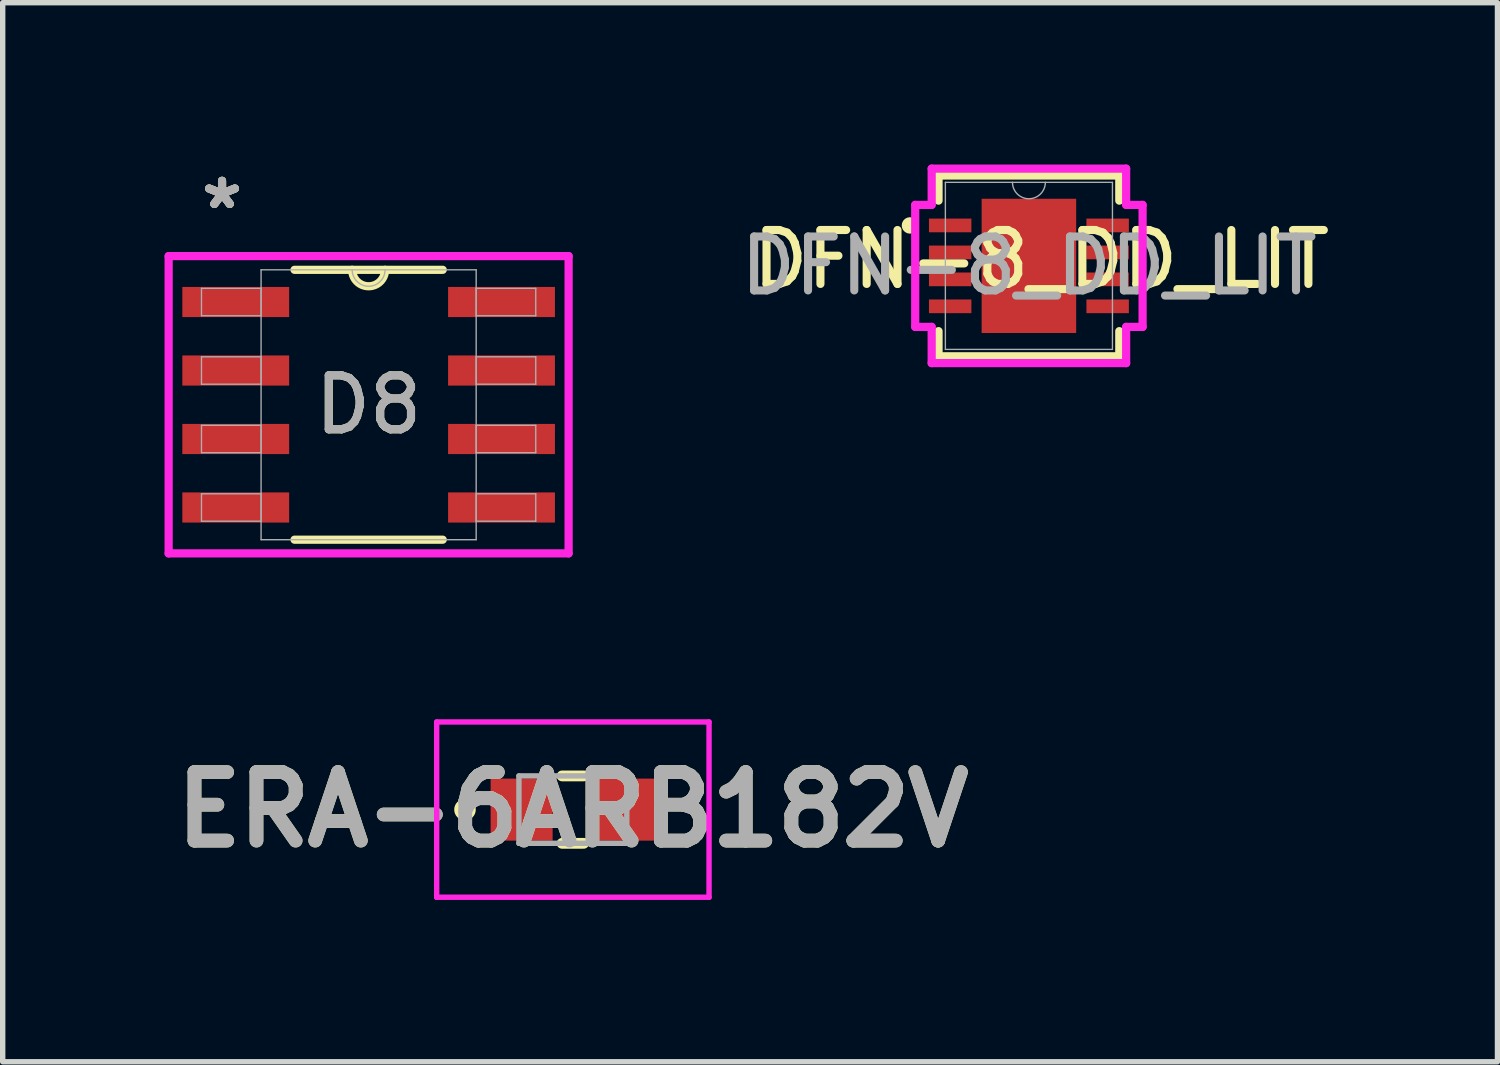
<source format=kicad_pcb>
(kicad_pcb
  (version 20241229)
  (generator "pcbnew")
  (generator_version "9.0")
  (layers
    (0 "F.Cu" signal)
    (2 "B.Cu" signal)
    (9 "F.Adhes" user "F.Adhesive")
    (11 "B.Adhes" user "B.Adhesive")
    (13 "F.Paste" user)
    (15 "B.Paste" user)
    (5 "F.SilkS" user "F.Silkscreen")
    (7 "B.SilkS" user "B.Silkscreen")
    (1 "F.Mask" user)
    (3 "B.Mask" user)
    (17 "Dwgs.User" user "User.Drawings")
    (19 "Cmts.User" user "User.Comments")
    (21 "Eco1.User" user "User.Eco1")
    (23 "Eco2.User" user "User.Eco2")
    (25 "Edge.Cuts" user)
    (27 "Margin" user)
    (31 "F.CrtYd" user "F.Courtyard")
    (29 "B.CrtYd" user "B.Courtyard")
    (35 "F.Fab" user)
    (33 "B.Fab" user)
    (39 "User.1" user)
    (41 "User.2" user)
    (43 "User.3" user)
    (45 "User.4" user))
  (footprint "ERA-6ARB182V"
    (layer "F.Cu")
    (at 7.572 11.962)
    (property "Reference" "ERA-6ARB182V" (at 0 0 0) (layer "F.SilkS") (effects (font (size 1.27 1.27) (thickness 0.254))))
    (attr smd)
    (fp_line (start -2 -0.1) (end -2 -0.1) (stroke (width 0.2) (type solid)) (layer "F.SilkS"))
    (fp_line (start -2 0.1) (end -2 0.1) (stroke (width 0.2) (type solid)) (layer "F.SilkS"))
    (fp_line (start -0.2 -0.625) (end 0.2 -0.625) (stroke (width 0.2) (type solid)) (layer "F.SilkS"))
    (fp_line (start -0.2 0.625) (end 0.2 0.625) (stroke (width 0.2) (type solid)) (layer "F.SilkS"))
    (fp_arc (start -2 -0.1) (mid -1.9 0) (end -2 0.1) (stroke (width 0.2) (type solid)) (layer "F.SilkS"))
    (fp_arc (start -2 0.1) (mid -2.1 0) (end -2 -0.1) (stroke (width 0.2) (type solid)) (layer "F.SilkS"))
    (fp_line (start -2.525 -1.625) (end 2.525 -1.625) (stroke (width 0.1) (type solid)) (layer "F.CrtYd"))
    (fp_line (start -2.525 1.625) (end -2.525 -1.625) (stroke (width 0.1) (type solid)) (layer "F.CrtYd"))
    (fp_line (start 2.525 -1.625) (end 2.525 1.625) (stroke (width 0.1) (type solid)) (layer "F.CrtYd"))
    (fp_line (start 2.525 1.625) (end -2.525 1.625) (stroke (width 0.1) (type solid)) (layer "F.CrtYd"))
    (fp_line (start -1 -0.625) (end 1 -0.625) (stroke (width 0.1) (type solid)) (layer "F.Fab"))
    (fp_line (start -1 0.625) (end -1 -0.625) (stroke (width 0.1) (type solid)) (layer "F.Fab"))
    (fp_line (start 1 -0.625) (end 1 0.625) (stroke (width 0.1) (type solid)) (layer "F.Fab"))
    (fp_line (start 1 0.625) (end -1 0.625) (stroke (width 0.1) (type solid)) (layer "F.Fab"))
    (fp_text user "${REFERENCE}" (at 0 0 0) (layer "F.Fab") (effects (font (size 1.27 1.27) (thickness 0.254))))
    (pad "1" smd rect (at -0.95 0) (size 1.15 1.15) (layers "F.Cu" "F.Mask" "F.Paste"))
    (pad "2" smd rect (at 0.95 0) (size 1.15 1.15) (layers "F.Cu" "F.Mask" "F.Paste")))
  (footprint "DFN-8_DD_LIT"
    (layer "F.Cu")
    (at 16.028 1.88)
    (property "Reference" "DFN-8_DD_LIT" (at 0.23 -0.12 0) (unlocked yes) (layer "F.SilkS") (effects (font (size 1 1) (thickness 0.15))))
    (attr smd)
    (fp_line (start -1.676 -1.676) (end -1.676 -1.21) (stroke (width 0.152) (type solid)) (layer "F.SilkS"))
    (fp_line (start -1.676 1.21) (end -1.676 1.676) (stroke (width 0.152) (type solid)) (layer "F.SilkS"))
    (fp_line (start -1.676 1.676) (end 1.676 1.676) (stroke (width 0.152) (type solid)) (layer "F.SilkS"))
    (fp_line (start 1.676 -1.676) (end -1.676 -1.676) (stroke (width 0.152) (type solid)) (layer "F.SilkS"))
    (fp_line (start 1.676 -1.21) (end 1.676 -1.676) (stroke (width 0.152) (type solid)) (layer "F.SilkS"))
    (fp_line (start 1.676 1.676) (end 1.676 1.21) (stroke (width 0.152) (type solid)) (layer "F.SilkS"))
    (fp_arc (start -2.18694 -0.676171) (mid -2.282 -0.75) (end -2.18694 -0.823829) (stroke (width 0.1524) (type solid)) (layer "F.SilkS"))
    (fp_line (start -2.108 -1.131) (end -1.803 -1.131) (stroke (width 0.152) (type solid)) (layer "F.CrtYd"))
    (fp_line (start -2.108 1.131) (end -2.108 -1.131) (stroke (width 0.152) (type solid)) (layer "F.CrtYd"))
    (fp_line (start -2.108 1.131) (end -1.803 1.131) (stroke (width 0.152) (type solid)) (layer "F.CrtYd"))
    (fp_line (start -1.803 -1.803) (end 1.803 -1.803) (stroke (width 0.152) (type solid)) (layer "F.CrtYd"))
    (fp_line (start -1.803 -1.131) (end -1.803 -1.803) (stroke (width 0.152) (type solid)) (layer "F.CrtYd"))
    (fp_line (start -1.803 1.803) (end -1.803 1.131) (stroke (width 0.152) (type solid)) (layer "F.CrtYd"))
    (fp_line (start 1.803 -1.803) (end 1.803 -1.131) (stroke (width 0.152) (type solid)) (layer "F.CrtYd"))
    (fp_line (start 1.803 1.131) (end 1.803 1.803) (stroke (width 0.152) (type solid)) (layer "F.CrtYd"))
    (fp_line (start 1.803 1.803) (end -1.803 1.803) (stroke (width 0.152) (type solid)) (layer "F.CrtYd"))
    (fp_line (start 2.108 -1.131) (end 1.803 -1.131) (stroke (width 0.152) (type solid)) (layer "F.CrtYd"))
    (fp_line (start 2.108 -1.131) (end 2.108 1.131) (stroke (width 0.152) (type solid)) (layer "F.CrtYd"))
    (fp_line (start 2.108 1.131) (end 1.803 1.131) (stroke (width 0.152) (type solid)) (layer "F.CrtYd"))
    (fp_line (start -1.549 -1.549) (end -1.549 1.549) (stroke (width 0.025) (type solid)) (layer "F.Fab"))
    (fp_line (start -1.549 1.549) (end 1.549 1.549) (stroke (width 0.025) (type solid)) (layer "F.Fab"))
    (fp_line (start 1.549 -1.549) (end -1.549 -1.549) (stroke (width 0.025) (type solid)) (layer "F.Fab"))
    (fp_line (start 1.549 1.549) (end 1.549 -1.549) (stroke (width 0.025) (type solid)) (layer "F.Fab"))
    (fp_arc (start 0.3048 -1.5494) (mid 0 -1.2446) (end -0.3048 -1.5494) (stroke (width 0.0254) (type solid)) (layer "F.Fab"))
    (fp_text user "${REFERENCE}" (at 0 0 0) (unlocked yes) (layer "F.Fab") (effects (font (size 1 1) (thickness 0.15))))
    (pad "1" smd rect (at -1.46 -0.75) (size 0.787 0.254) (layers "F.Cu" "F.Mask" "F.Paste"))
    (pad "2" smd rect (at -1.46 -0.25) (size 0.787 0.254) (layers "F.Cu" "F.Mask" "F.Paste"))
    (pad "3" smd rect (at -1.46 0.25) (size 0.787 0.254) (layers "F.Cu" "F.Mask" "F.Paste"))
    (pad "4" smd rect (at -1.46 0.75) (size 0.787 0.254) (layers "F.Cu" "F.Mask" "F.Paste"))
    (pad "5" smd rect (at 1.46 0.75) (size 0.787 0.254) (layers "F.Cu" "F.Mask" "F.Paste"))
    (pad "6" smd rect (at 1.46 0.25) (size 0.787 0.254) (layers "F.Cu" "F.Mask" "F.Paste"))
    (pad "7" smd rect (at 1.46 -0.25) (size 0.787 0.254) (layers "F.Cu" "F.Mask" "F.Paste"))
    (pad "8" smd rect (at 1.46 -0.75) (size 0.787 0.254) (layers "F.Cu" "F.Mask" "F.Paste"))
    (pad "9" smd rect (at 0 0) (size 1.753 2.489) (layers "F.Cu" "F.Mask" "F.Paste")))
  (footprint "D8"
    (layer "F.Cu")
    (at 3.785 4.455)
    (property "Reference" "D8" (at 0 0 0) (unlocked yes) (layer "F.SilkS") (effects (font (size 1 1) (thickness 0.15))))
    (attr smd)
    (fp_line (start -1.374 2.502) (end 1.374 2.502) (stroke (width 0.152) (type solid)) (layer "F.SilkS"))
    (fp_line (start 1.374 -2.502) (end -1.374 -2.502) (stroke (width 0.152) (type solid)) (layer "F.SilkS"))
    (fp_arc (start 0.3048 -2.5019) (mid 0 -2.1971) (end -0.3048 -2.5019) (stroke (width 0.1524) (type solid)) (layer "F.SilkS"))
    (fp_line (start -3.708 -2.756) (end 3.708 -2.756) (stroke (width 0.152) (type solid)) (layer "F.CrtYd"))
    (fp_line (start -3.708 2.756) (end -3.708 -2.756) (stroke (width 0.152) (type solid)) (layer "F.CrtYd"))
    (fp_line (start 3.708 -2.756) (end 3.708 2.756) (stroke (width 0.152) (type solid)) (layer "F.CrtYd"))
    (fp_line (start 3.708 2.756) (end -3.708 2.756) (stroke (width 0.152) (type solid)) (layer "F.CrtYd"))
    (fp_line (start -3.099 -2.159) (end -3.099 -1.651) (stroke (width 0.025) (type solid)) (layer "F.Fab"))
    (fp_line (start -3.099 -1.651) (end -1.994 -1.651) (stroke (width 0.025) (type solid)) (layer "F.Fab"))
    (fp_line (start -3.099 -0.889) (end -3.099 -0.381) (stroke (width 0.025) (type solid)) (layer "F.Fab"))
    (fp_line (start -3.099 -0.381) (end -1.994 -0.381) (stroke (width 0.025) (type solid)) (layer "F.Fab"))
    (fp_line (start -3.099 0.381) (end -3.099 0.889) (stroke (width 0.025) (type solid)) (layer "F.Fab"))
    (fp_line (start -3.099 0.889) (end -1.994 0.889) (stroke (width 0.025) (type solid)) (layer "F.Fab"))
    (fp_line (start -3.099 1.651) (end -3.099 2.159) (stroke (width 0.025) (type solid)) (layer "F.Fab"))
    (fp_line (start -3.099 2.159) (end -1.994 2.159) (stroke (width 0.025) (type solid)) (layer "F.Fab"))
    (fp_line (start -1.994 -2.502) (end -1.994 2.502) (stroke (width 0.025) (type solid)) (layer "F.Fab"))
    (fp_line (start -1.994 -2.159) (end -3.099 -2.159) (stroke (width 0.025) (type solid)) (layer "F.Fab"))
    (fp_line (start -1.994 -1.651) (end -1.994 -2.159) (stroke (width 0.025) (type solid)) (layer "F.Fab"))
    (fp_line (start -1.994 -0.889) (end -3.099 -0.889) (stroke (width 0.025) (type solid)) (layer "F.Fab"))
    (fp_line (start -1.994 -0.381) (end -1.994 -0.889) (stroke (width 0.025) (type solid)) (layer "F.Fab"))
    (fp_line (start -1.994 0.381) (end -3.099 0.381) (stroke (width 0.025) (type solid)) (layer "F.Fab"))
    (fp_line (start -1.994 0.889) (end -1.994 0.381) (stroke (width 0.025) (type solid)) (layer "F.Fab"))
    (fp_line (start -1.994 1.651) (end -3.099 1.651) (stroke (width 0.025) (type solid)) (layer "F.Fab"))
    (fp_line (start -1.994 2.159) (end -1.994 1.651) (stroke (width 0.025) (type solid)) (layer "F.Fab"))
    (fp_line (start -1.994 2.502) (end 1.994 2.502) (stroke (width 0.025) (type solid)) (layer "F.Fab"))
    (fp_line (start 1.994 -2.502) (end -1.994 -2.502) (stroke (width 0.025) (type solid)) (layer "F.Fab"))
    (fp_line (start 1.994 -2.159) (end 1.994 -1.651) (stroke (width 0.025) (type solid)) (layer "F.Fab"))
    (fp_line (start 1.994 -1.651) (end 3.099 -1.651) (stroke (width 0.025) (type solid)) (layer "F.Fab"))
    (fp_line (start 1.994 -0.889) (end 1.994 -0.381) (stroke (width 0.025) (type solid)) (layer "F.Fab"))
    (fp_line (start 1.994 -0.381) (end 3.099 -0.381) (stroke (width 0.025) (type solid)) (layer "F.Fab"))
    (fp_line (start 1.994 0.381) (end 1.994 0.889) (stroke (width 0.025) (type solid)) (layer "F.Fab"))
    (fp_line (start 1.994 0.889) (end 3.099 0.889) (stroke (width 0.025) (type solid)) (layer "F.Fab"))
    (fp_line (start 1.994 1.651) (end 1.994 2.159) (stroke (width 0.025) (type solid)) (layer "F.Fab"))
    (fp_line (start 1.994 2.159) (end 3.099 2.159) (stroke (width 0.025) (type solid)) (layer "F.Fab"))
    (fp_line (start 1.994 2.502) (end 1.994 -2.502) (stroke (width 0.025) (type solid)) (layer "F.Fab"))
    (fp_line (start 3.099 -2.159) (end 1.994 -2.159) (stroke (width 0.025) (type solid)) (layer "F.Fab"))
    (fp_line (start 3.099 -1.651) (end 3.099 -2.159) (stroke (width 0.025) (type solid)) (layer "F.Fab"))
    (fp_line (start 3.099 -0.889) (end 1.994 -0.889) (stroke (width 0.025) (type solid)) (layer "F.Fab"))
    (fp_line (start 3.099 -0.381) (end 3.099 -0.889) (stroke (width 0.025) (type solid)) (layer "F.Fab"))
    (fp_line (start 3.099 0.381) (end 1.994 0.381) (stroke (width 0.025) (type solid)) (layer "F.Fab"))
    (fp_line (start 3.099 0.889) (end 3.099 0.381) (stroke (width 0.025) (type solid)) (layer "F.Fab"))
    (fp_line (start 3.099 1.651) (end 1.994 1.651) (stroke (width 0.025) (type solid)) (layer "F.Fab"))
    (fp_line (start 3.099 2.159) (end 3.099 1.651) (stroke (width 0.025) (type solid)) (layer "F.Fab"))
    (fp_arc (start 0.3048 -2.5019) (mid 0 -2.1971) (end -0.3048 -2.5019) (stroke (width 0.0254) (type solid)) (layer "F.Fab"))
    (fp_text user "*" (at -2.718 -3.607 0) (layer "F.SilkS") (effects (font (size 1 1) (thickness 0.15))))
    (fp_text user "*" (at -2.718 -3.607 0) (unlocked yes) (layer "F.SilkS") (effects (font (size 1 1) (thickness 0.15))))
    (fp_text user "*" (at -2.718 -3.607 0) (layer "F.Fab") (effects (font (size 1 1) (thickness 0.15))))
    (fp_text user "*" (at -2.718 -3.607 0) (unlocked yes) (layer "F.Fab") (effects (font (size 1 1) (thickness 0.15))))
    (fp_text user "${REFERENCE}" (at 0 0 0) (unlocked yes) (layer "F.Fab") (effects (font (size 1 1) (thickness 0.15))))
    (pad "1" smd rect (at -2.464 -1.905) (size 1.981 0.559) (layers "F.Cu" "F.Mask" "F.Paste"))
    (pad "2" smd rect (at -2.464 -0.635) (size 1.981 0.559) (layers "F.Cu" "F.Mask" "F.Paste"))
    (pad "3" smd rect (at -2.464 0.635) (size 1.981 0.559) (layers "F.Cu" "F.Mask" "F.Paste"))
    (pad "4" smd rect (at -2.464 1.905) (size 1.981 0.559) (layers "F.Cu" "F.Mask" "F.Paste"))
    (pad "5" smd rect (at 2.464 1.905) (size 1.981 0.559) (layers "F.Cu" "F.Mask" "F.Paste"))
    (pad "6" smd rect (at 2.464 0.635) (size 1.981 0.559) (layers "F.Cu" "F.Mask" "F.Paste"))
    (pad "7" smd rect (at 2.464 -0.635) (size 1.981 0.559) (layers "F.Cu" "F.Mask" "F.Paste"))
    (pad "8" smd rect (at 2.464 -1.905) (size 1.981 0.559) (layers "F.Cu" "F.Mask" "F.Paste")))
  (gr_rect
    (start -3 -3)
    (end 24.716 16.637)
    (stroke (width 0.1) (type default))
    (fill no)
    (layer "Edge.Cuts")))
</source>
